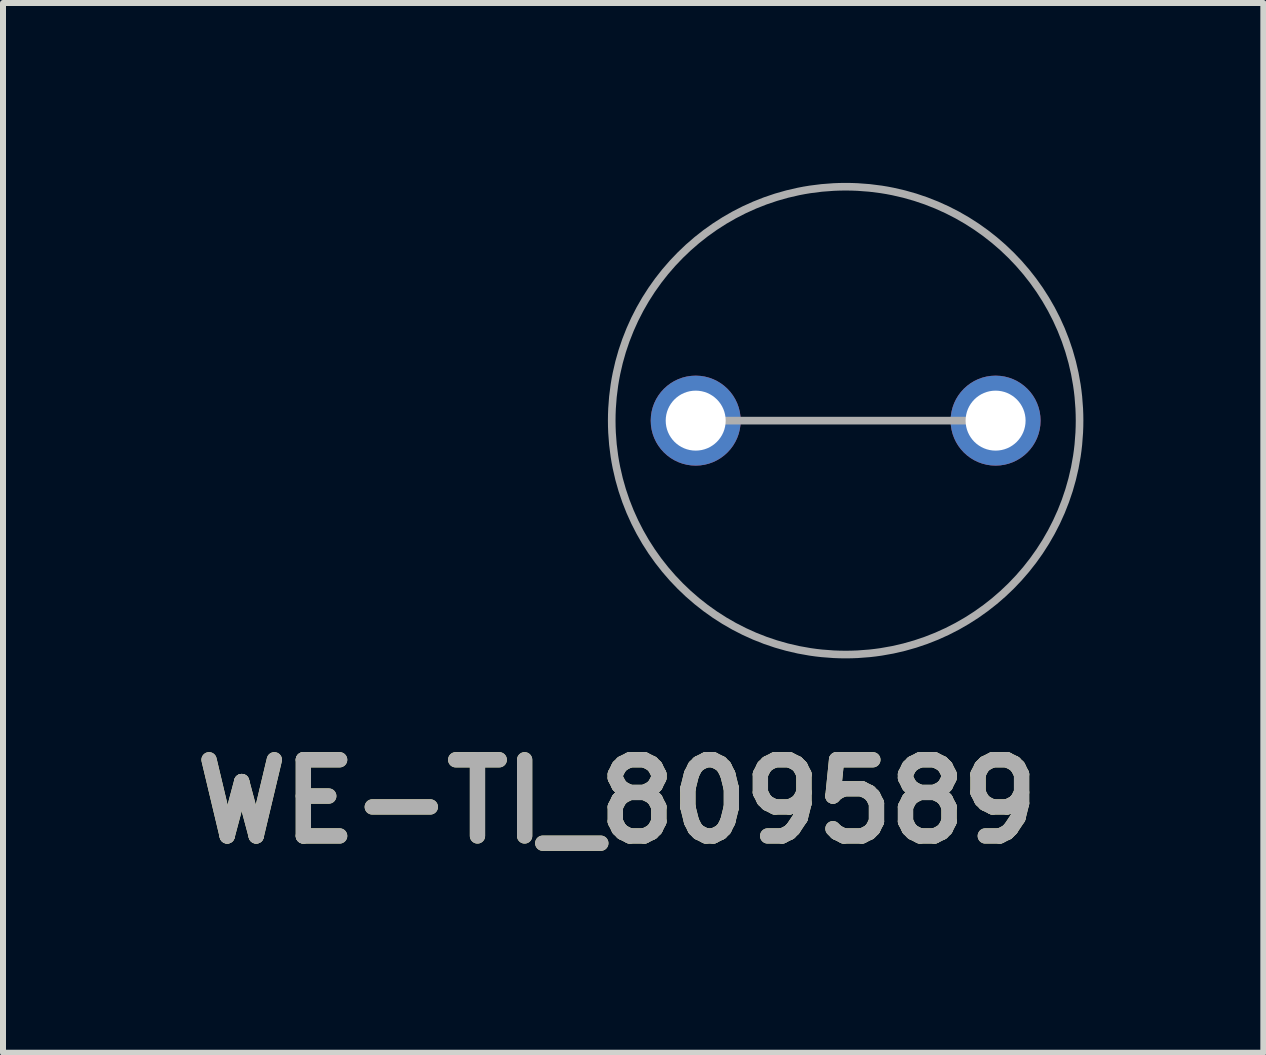
<source format=kicad_pcb>
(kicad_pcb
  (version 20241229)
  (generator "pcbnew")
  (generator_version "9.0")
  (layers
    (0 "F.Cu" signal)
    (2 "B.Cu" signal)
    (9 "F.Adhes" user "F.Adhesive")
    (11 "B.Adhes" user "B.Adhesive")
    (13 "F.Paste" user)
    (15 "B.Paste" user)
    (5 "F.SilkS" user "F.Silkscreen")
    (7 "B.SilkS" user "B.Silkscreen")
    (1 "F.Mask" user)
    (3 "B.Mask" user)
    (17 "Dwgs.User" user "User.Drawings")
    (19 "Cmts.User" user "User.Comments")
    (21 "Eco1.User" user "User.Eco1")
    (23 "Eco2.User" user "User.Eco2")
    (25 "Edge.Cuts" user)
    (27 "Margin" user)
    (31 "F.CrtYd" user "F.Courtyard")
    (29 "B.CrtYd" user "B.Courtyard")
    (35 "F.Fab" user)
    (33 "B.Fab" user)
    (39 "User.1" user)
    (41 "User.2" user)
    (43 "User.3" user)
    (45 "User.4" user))
  (footprint "WE-TI_809589"
    (layer "F.Cu")
    (at 11.049 3.963)
    (property "Reference" "WE-TI_809589" (at -3.81 6.35 0) (layer "F.SilkS") (effects (font (size 1.27 1.27) (thickness 0.254))))
    (attr through_hole)
    (fp_line (start -2.5 0) (end 2.5 0) (stroke (width 0.127) (type solid)) (layer "F.Fab"))
    (fp_circle (center 0 0) (end 0 3.9) (stroke (width 0.127) (type solid)) (fill no) (layer "F.Fab"))
    (fp_text user "${REFERENCE}" (at -3.81 6.35 0) (layer "F.Fab") (effects (font (size 1.27 1.27) (thickness 0.254))))
    (pad "1" thru_hole circle (at -2.5 0) (size 1.5 1.5) (drill 1) (layers "*.Cu" "*.Mask"))
    (pad "2" thru_hole circle (at 2.5 0) (size 1.5 1.5) (drill 1) (layers "*.Cu" "*.Mask")))
  (gr_rect
    (start -3 -3)
    (end 18.013 14.502)
    (stroke (width 0.1) (type default))
    (fill no)
    (layer "Edge.Cuts")))
</source>
